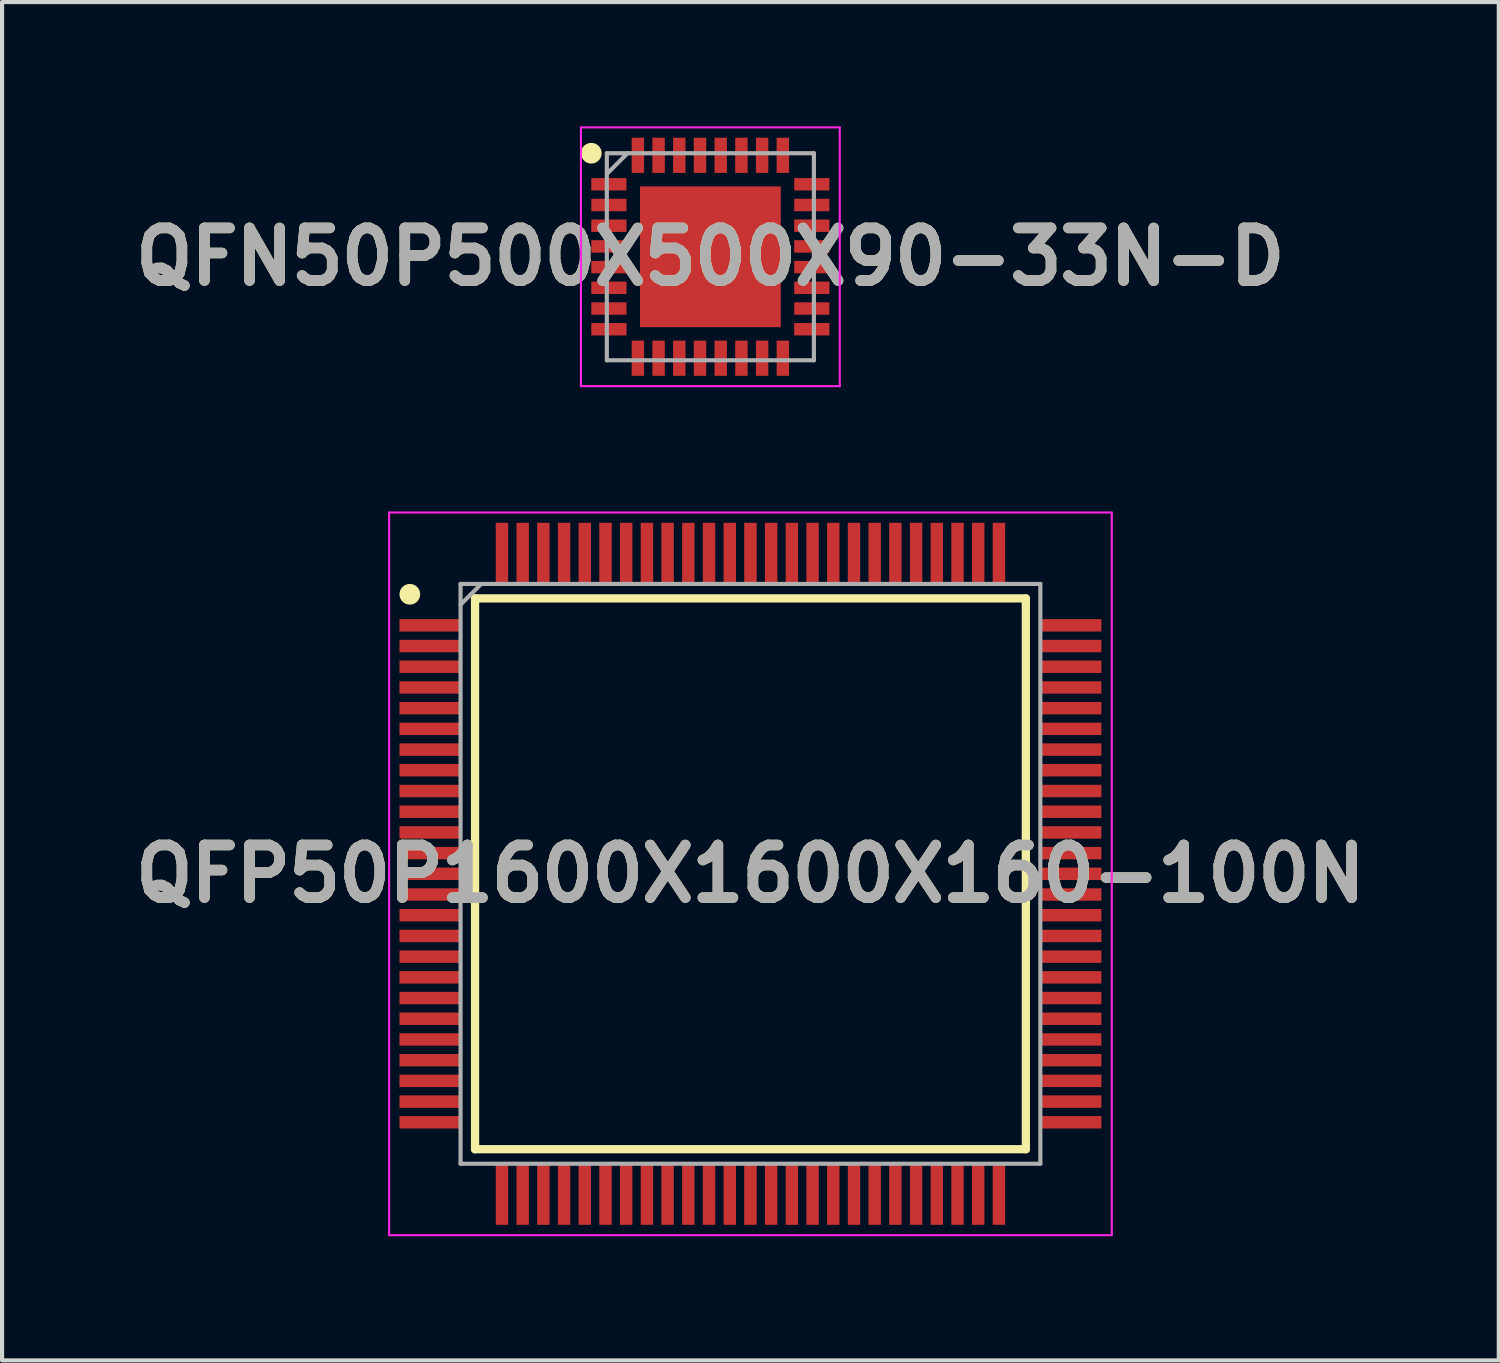
<source format=kicad_pcb>
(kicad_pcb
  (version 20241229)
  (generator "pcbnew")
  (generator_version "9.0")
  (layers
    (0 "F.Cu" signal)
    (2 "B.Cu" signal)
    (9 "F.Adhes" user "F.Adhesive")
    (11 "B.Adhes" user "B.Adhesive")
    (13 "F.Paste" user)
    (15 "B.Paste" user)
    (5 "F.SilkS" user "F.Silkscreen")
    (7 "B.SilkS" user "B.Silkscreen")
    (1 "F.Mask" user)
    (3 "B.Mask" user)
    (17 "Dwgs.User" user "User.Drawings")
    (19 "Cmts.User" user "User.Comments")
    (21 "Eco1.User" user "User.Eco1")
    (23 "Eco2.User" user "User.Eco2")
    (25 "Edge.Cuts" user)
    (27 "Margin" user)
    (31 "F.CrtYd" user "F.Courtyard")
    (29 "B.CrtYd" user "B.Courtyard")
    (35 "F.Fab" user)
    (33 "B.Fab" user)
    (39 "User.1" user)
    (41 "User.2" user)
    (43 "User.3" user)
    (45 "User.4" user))
  (footprint "QFN50P500X500X90-33N-D"
    (layer "F.Cu")
    (at 14.103 3.15)
    (property "Reference" "QFN50P500X500X90-33N-D" (at 0 0 0) (layer "F.SilkS") (effects (font (size 1.27 1.27) (thickness 0.254))))
    (attr smd)
    (fp_circle (center -2.875 -2.5) (end -2.875 -2.375) (stroke (width 0.25) (type solid)) (fill no) (layer "F.SilkS"))
    (fp_line (start -3.125 -3.125) (end 3.125 -3.125) (stroke (width 0.05) (type solid)) (layer "F.CrtYd"))
    (fp_line (start -3.125 3.125) (end -3.125 -3.125) (stroke (width 0.05) (type solid)) (layer "F.CrtYd"))
    (fp_line (start 3.125 -3.125) (end 3.125 3.125) (stroke (width 0.05) (type solid)) (layer "F.CrtYd"))
    (fp_line (start 3.125 3.125) (end -3.125 3.125) (stroke (width 0.05) (type solid)) (layer "F.CrtYd"))
    (fp_line (start -2.5 -2.5) (end 2.5 -2.5) (stroke (width 0.1) (type solid)) (layer "F.Fab"))
    (fp_line (start -2.5 -2) (end -2 -2.5) (stroke (width 0.1) (type solid)) (layer "F.Fab"))
    (fp_line (start -2.5 2.5) (end -2.5 -2.5) (stroke (width 0.1) (type solid)) (layer "F.Fab"))
    (fp_line (start 2.5 -2.5) (end 2.5 2.5) (stroke (width 0.1) (type solid)) (layer "F.Fab"))
    (fp_line (start 2.5 2.5) (end -2.5 2.5) (stroke (width 0.1) (type solid)) (layer "F.Fab"))
    (fp_text user "${REFERENCE}" (at 0 0 0) (layer "F.Fab") (effects (font (size 1.27 1.27) (thickness 0.254))))
    (pad "1" smd rect (at -2.45 -1.75 90) (size 0.3 0.85) (layers "F.Cu" "F.Mask" "F.Paste"))
    (pad "2" smd rect (at -2.45 -1.25 90) (size 0.3 0.85) (layers "F.Cu" "F.Mask" "F.Paste"))
    (pad "3" smd rect (at -2.45 -0.75 90) (size 0.3 0.85) (layers "F.Cu" "F.Mask" "F.Paste"))
    (pad "4" smd rect (at -2.45 -0.25 90) (size 0.3 0.85) (layers "F.Cu" "F.Mask" "F.Paste"))
    (pad "5" smd rect (at -2.45 0.25 90) (size 0.3 0.85) (layers "F.Cu" "F.Mask" "F.Paste"))
    (pad "6" smd rect (at -2.45 0.75 90) (size 0.3 0.85) (layers "F.Cu" "F.Mask" "F.Paste"))
    (pad "7" smd rect (at -2.45 1.25 90) (size 0.3 0.85) (layers "F.Cu" "F.Mask" "F.Paste"))
    (pad "8" smd rect (at -2.45 1.75 90) (size 0.3 0.85) (layers "F.Cu" "F.Mask" "F.Paste"))
    (pad "9" smd rect (at -1.75 2.45) (size 0.3 0.85) (layers "F.Cu" "F.Mask" "F.Paste"))
    (pad "10" smd rect (at -1.25 2.45) (size 0.3 0.85) (layers "F.Cu" "F.Mask" "F.Paste"))
    (pad "11" smd rect (at -0.75 2.45) (size 0.3 0.85) (layers "F.Cu" "F.Mask" "F.Paste"))
    (pad "12" smd rect (at -0.25 2.45) (size 0.3 0.85) (layers "F.Cu" "F.Mask" "F.Paste"))
    (pad "13" smd rect (at 0.25 2.45) (size 0.3 0.85) (layers "F.Cu" "F.Mask" "F.Paste"))
    (pad "14" smd rect (at 0.75 2.45) (size 0.3 0.85) (layers "F.Cu" "F.Mask" "F.Paste"))
    (pad "15" smd rect (at 1.25 2.45) (size 0.3 0.85) (layers "F.Cu" "F.Mask" "F.Paste"))
    (pad "16" smd rect (at 1.75 2.45) (size 0.3 0.85) (layers "F.Cu" "F.Mask" "F.Paste"))
    (pad "17" smd rect (at 2.45 1.75 90) (size 0.3 0.85) (layers "F.Cu" "F.Mask" "F.Paste"))
    (pad "18" smd rect (at 2.45 1.25 90) (size 0.3 0.85) (layers "F.Cu" "F.Mask" "F.Paste"))
    (pad "19" smd rect (at 2.45 0.75 90) (size 0.3 0.85) (layers "F.Cu" "F.Mask" "F.Paste"))
    (pad "20" smd rect (at 2.45 0.25 90) (size 0.3 0.85) (layers "F.Cu" "F.Mask" "F.Paste"))
    (pad "21" smd rect (at 2.45 -0.25 90) (size 0.3 0.85) (layers "F.Cu" "F.Mask" "F.Paste"))
    (pad "22" smd rect (at 2.45 -0.75 90) (size 0.3 0.85) (layers "F.Cu" "F.Mask" "F.Paste"))
    (pad "23" smd rect (at 2.45 -1.25 90) (size 0.3 0.85) (layers "F.Cu" "F.Mask" "F.Paste"))
    (pad "24" smd rect (at 2.45 -1.75 90) (size 0.3 0.85) (layers "F.Cu" "F.Mask" "F.Paste"))
    (pad "25" smd rect (at 1.75 -2.45) (size 0.3 0.85) (layers "F.Cu" "F.Mask" "F.Paste"))
    (pad "26" smd rect (at 1.25 -2.45) (size 0.3 0.85) (layers "F.Cu" "F.Mask" "F.Paste"))
    (pad "27" smd rect (at 0.75 -2.45) (size 0.3 0.85) (layers "F.Cu" "F.Mask" "F.Paste"))
    (pad "28" smd rect (at 0.25 -2.45) (size 0.3 0.85) (layers "F.Cu" "F.Mask" "F.Paste"))
    (pad "29" smd rect (at -0.25 -2.45) (size 0.3 0.85) (layers "F.Cu" "F.Mask" "F.Paste"))
    (pad "30" smd rect (at -0.75 -2.45) (size 0.3 0.85) (layers "F.Cu" "F.Mask" "F.Paste"))
    (pad "31" smd rect (at -1.25 -2.45) (size 0.3 0.85) (layers "F.Cu" "F.Mask" "F.Paste"))
    (pad "32" smd rect (at -1.75 -2.45) (size 0.3 0.85) (layers "F.Cu" "F.Mask" "F.Paste"))
    (pad "33" smd rect (at 0 0) (size 3.4 3.4) (layers "F.Cu" "F.Mask" "F.Paste")))
  (footprint "QFP50P1600X1600X160-100N"
    (layer "F.Cu")
    (at 15.071 18.05)
    (property "Reference" "QFP50P1600X1600X160-100N" (at 0 0 0) (layer "F.SilkS") (effects (font (size 1.27 1.27) (thickness 0.254))))
    (attr smd)
    (fp_line (start -6.65 -6.65) (end 6.65 -6.65) (stroke (width 0.2) (type solid)) (layer "F.SilkS"))
    (fp_line (start -6.65 6.65) (end -6.65 -6.65) (stroke (width 0.2) (type solid)) (layer "F.SilkS"))
    (fp_line (start 6.65 -6.65) (end 6.65 6.65) (stroke (width 0.2) (type solid)) (layer "F.SilkS"))
    (fp_line (start 6.65 6.65) (end -6.65 6.65) (stroke (width 0.2) (type solid)) (layer "F.SilkS"))
    (fp_circle (center -8.225 -6.75) (end -8.225 -6.625) (stroke (width 0.25) (type solid)) (fill no) (layer "F.SilkS"))
    (fp_line (start -8.725 -8.725) (end 8.725 -8.725) (stroke (width 0.05) (type solid)) (layer "F.CrtYd"))
    (fp_line (start -8.725 8.725) (end -8.725 -8.725) (stroke (width 0.05) (type solid)) (layer "F.CrtYd"))
    (fp_line (start 8.725 -8.725) (end 8.725 8.725) (stroke (width 0.05) (type solid)) (layer "F.CrtYd"))
    (fp_line (start 8.725 8.725) (end -8.725 8.725) (stroke (width 0.05) (type solid)) (layer "F.CrtYd"))
    (fp_line (start -7 -7) (end 7 -7) (stroke (width 0.1) (type solid)) (layer "F.Fab"))
    (fp_line (start -7 -6.5) (end -6.5 -7) (stroke (width 0.1) (type solid)) (layer "F.Fab"))
    (fp_line (start -7 7) (end -7 -7) (stroke (width 0.1) (type solid)) (layer "F.Fab"))
    (fp_line (start 7 -7) (end 7 7) (stroke (width 0.1) (type solid)) (layer "F.Fab"))
    (fp_line (start 7 7) (end -7 7) (stroke (width 0.1) (type solid)) (layer "F.Fab"))
    (fp_text user "${REFERENCE}" (at 0 0 0) (layer "F.Fab") (effects (font (size 1.27 1.27) (thickness 0.254))))
    (pad "1" smd rect (at -7.738 -6 90) (size 0.3 1.475) (layers "F.Cu" "F.Mask" "F.Paste"))
    (pad "2" smd rect (at -7.738 -5.5 90) (size 0.3 1.475) (layers "F.Cu" "F.Mask" "F.Paste"))
    (pad "3" smd rect (at -7.738 -5 90) (size 0.3 1.475) (layers "F.Cu" "F.Mask" "F.Paste"))
    (pad "4" smd rect (at -7.738 -4.5 90) (size 0.3 1.475) (layers "F.Cu" "F.Mask" "F.Paste"))
    (pad "5" smd rect (at -7.738 -4 90) (size 0.3 1.475) (layers "F.Cu" "F.Mask" "F.Paste"))
    (pad "6" smd rect (at -7.738 -3.5 90) (size 0.3 1.475) (layers "F.Cu" "F.Mask" "F.Paste"))
    (pad "7" smd rect (at -7.738 -3 90) (size 0.3 1.475) (layers "F.Cu" "F.Mask" "F.Paste"))
    (pad "8" smd rect (at -7.738 -2.5 90) (size 0.3 1.475) (layers "F.Cu" "F.Mask" "F.Paste"))
    (pad "9" smd rect (at -7.738 -2 90) (size 0.3 1.475) (layers "F.Cu" "F.Mask" "F.Paste"))
    (pad "10" smd rect (at -7.738 -1.5 90) (size 0.3 1.475) (layers "F.Cu" "F.Mask" "F.Paste"))
    (pad "11" smd rect (at -7.738 -1 90) (size 0.3 1.475) (layers "F.Cu" "F.Mask" "F.Paste"))
    (pad "12" smd rect (at -7.738 -0.5 90) (size 0.3 1.475) (layers "F.Cu" "F.Mask" "F.Paste"))
    (pad "13" smd rect (at -7.738 0 90) (size 0.3 1.475) (layers "F.Cu" "F.Mask" "F.Paste"))
    (pad "14" smd rect (at -7.738 0.5 90) (size 0.3 1.475) (layers "F.Cu" "F.Mask" "F.Paste"))
    (pad "15" smd rect (at -7.738 1 90) (size 0.3 1.475) (layers "F.Cu" "F.Mask" "F.Paste"))
    (pad "16" smd rect (at -7.738 1.5 90) (size 0.3 1.475) (layers "F.Cu" "F.Mask" "F.Paste"))
    (pad "17" smd rect (at -7.738 2 90) (size 0.3 1.475) (layers "F.Cu" "F.Mask" "F.Paste"))
    (pad "18" smd rect (at -7.738 2.5 90) (size 0.3 1.475) (layers "F.Cu" "F.Mask" "F.Paste"))
    (pad "19" smd rect (at -7.738 3 90) (size 0.3 1.475) (layers "F.Cu" "F.Mask" "F.Paste"))
    (pad "20" smd rect (at -7.738 3.5 90) (size 0.3 1.475) (layers "F.Cu" "F.Mask" "F.Paste"))
    (pad "21" smd rect (at -7.738 4 90) (size 0.3 1.475) (layers "F.Cu" "F.Mask" "F.Paste"))
    (pad "22" smd rect (at -7.738 4.5 90) (size 0.3 1.475) (layers "F.Cu" "F.Mask" "F.Paste"))
    (pad "23" smd rect (at -7.738 5 90) (size 0.3 1.475) (layers "F.Cu" "F.Mask" "F.Paste"))
    (pad "24" smd rect (at -7.738 5.5 90) (size 0.3 1.475) (layers "F.Cu" "F.Mask" "F.Paste"))
    (pad "25" smd rect (at -7.738 6 90) (size 0.3 1.475) (layers "F.Cu" "F.Mask" "F.Paste"))
    (pad "26" smd rect (at -6 7.738) (size 0.3 1.475) (layers "F.Cu" "F.Mask" "F.Paste"))
    (pad "27" smd rect (at -5.5 7.738) (size 0.3 1.475) (layers "F.Cu" "F.Mask" "F.Paste"))
    (pad "28" smd rect (at -5 7.738) (size 0.3 1.475) (layers "F.Cu" "F.Mask" "F.Paste"))
    (pad "29" smd rect (at -4.5 7.738) (size 0.3 1.475) (layers "F.Cu" "F.Mask" "F.Paste"))
    (pad "30" smd rect (at -4 7.738) (size 0.3 1.475) (layers "F.Cu" "F.Mask" "F.Paste"))
    (pad "31" smd rect (at -3.5 7.738) (size 0.3 1.475) (layers "F.Cu" "F.Mask" "F.Paste"))
    (pad "32" smd rect (at -3 7.738) (size 0.3 1.475) (layers "F.Cu" "F.Mask" "F.Paste"))
    (pad "33" smd rect (at -2.5 7.738) (size 0.3 1.475) (layers "F.Cu" "F.Mask" "F.Paste"))
    (pad "34" smd rect (at -2 7.738) (size 0.3 1.475) (layers "F.Cu" "F.Mask" "F.Paste"))
    (pad "35" smd rect (at -1.5 7.738) (size 0.3 1.475) (layers "F.Cu" "F.Mask" "F.Paste"))
    (pad "36" smd rect (at -1 7.738) (size 0.3 1.475) (layers "F.Cu" "F.Mask" "F.Paste"))
    (pad "37" smd rect (at -0.5 7.738) (size 0.3 1.475) (layers "F.Cu" "F.Mask" "F.Paste"))
    (pad "38" smd rect (at 0 7.738) (size 0.3 1.475) (layers "F.Cu" "F.Mask" "F.Paste"))
    (pad "39" smd rect (at 0.5 7.738) (size 0.3 1.475) (layers "F.Cu" "F.Mask" "F.Paste"))
    (pad "40" smd rect (at 1 7.738) (size 0.3 1.475) (layers "F.Cu" "F.Mask" "F.Paste"))
    (pad "41" smd rect (at 1.5 7.738) (size 0.3 1.475) (layers "F.Cu" "F.Mask" "F.Paste"))
    (pad "42" smd rect (at 2 7.738) (size 0.3 1.475) (layers "F.Cu" "F.Mask" "F.Paste"))
    (pad "43" smd rect (at 2.5 7.738) (size 0.3 1.475) (layers "F.Cu" "F.Mask" "F.Paste"))
    (pad "44" smd rect (at 3 7.738) (size 0.3 1.475) (layers "F.Cu" "F.Mask" "F.Paste"))
    (pad "45" smd rect (at 3.5 7.738) (size 0.3 1.475) (layers "F.Cu" "F.Mask" "F.Paste"))
    (pad "46" smd rect (at 4 7.738) (size 0.3 1.475) (layers "F.Cu" "F.Mask" "F.Paste"))
    (pad "47" smd rect (at 4.5 7.738) (size 0.3 1.475) (layers "F.Cu" "F.Mask" "F.Paste"))
    (pad "48" smd rect (at 5 7.738) (size 0.3 1.475) (layers "F.Cu" "F.Mask" "F.Paste"))
    (pad "49" smd rect (at 5.5 7.738) (size 0.3 1.475) (layers "F.Cu" "F.Mask" "F.Paste"))
    (pad "50" smd rect (at 6 7.738) (size 0.3 1.475) (layers "F.Cu" "F.Mask" "F.Paste"))
    (pad "51" smd rect (at 7.738 6 90) (size 0.3 1.475) (layers "F.Cu" "F.Mask" "F.Paste"))
    (pad "52" smd rect (at 7.738 5.5 90) (size 0.3 1.475) (layers "F.Cu" "F.Mask" "F.Paste"))
    (pad "53" smd rect (at 7.738 5 90) (size 0.3 1.475) (layers "F.Cu" "F.Mask" "F.Paste"))
    (pad "54" smd rect (at 7.738 4.5 90) (size 0.3 1.475) (layers "F.Cu" "F.Mask" "F.Paste"))
    (pad "55" smd rect (at 7.738 4 90) (size 0.3 1.475) (layers "F.Cu" "F.Mask" "F.Paste"))
    (pad "56" smd rect (at 7.738 3.5 90) (size 0.3 1.475) (layers "F.Cu" "F.Mask" "F.Paste"))
    (pad "57" smd rect (at 7.738 3 90) (size 0.3 1.475) (layers "F.Cu" "F.Mask" "F.Paste"))
    (pad "58" smd rect (at 7.738 2.5 90) (size 0.3 1.475) (layers "F.Cu" "F.Mask" "F.Paste"))
    (pad "59" smd rect (at 7.738 2 90) (size 0.3 1.475) (layers "F.Cu" "F.Mask" "F.Paste"))
    (pad "60" smd rect (at 7.738 1.5 90) (size 0.3 1.475) (layers "F.Cu" "F.Mask" "F.Paste"))
    (pad "61" smd rect (at 7.738 1 90) (size 0.3 1.475) (layers "F.Cu" "F.Mask" "F.Paste"))
    (pad "62" smd rect (at 7.738 0.5 90) (size 0.3 1.475) (layers "F.Cu" "F.Mask" "F.Paste"))
    (pad "63" smd rect (at 7.738 0 90) (size 0.3 1.475) (layers "F.Cu" "F.Mask" "F.Paste"))
    (pad "64" smd rect (at 7.738 -0.5 90) (size 0.3 1.475) (layers "F.Cu" "F.Mask" "F.Paste"))
    (pad "65" smd rect (at 7.738 -1 90) (size 0.3 1.475) (layers "F.Cu" "F.Mask" "F.Paste"))
    (pad "66" smd rect (at 7.738 -1.5 90) (size 0.3 1.475) (layers "F.Cu" "F.Mask" "F.Paste"))
    (pad "67" smd rect (at 7.738 -2 90) (size 0.3 1.475) (layers "F.Cu" "F.Mask" "F.Paste"))
    (pad "68" smd rect (at 7.738 -2.5 90) (size 0.3 1.475) (layers "F.Cu" "F.Mask" "F.Paste"))
    (pad "69" smd rect (at 7.738 -3 90) (size 0.3 1.475) (layers "F.Cu" "F.Mask" "F.Paste"))
    (pad "70" smd rect (at 7.738 -3.5 90) (size 0.3 1.475) (layers "F.Cu" "F.Mask" "F.Paste"))
    (pad "71" smd rect (at 7.738 -4 90) (size 0.3 1.475) (layers "F.Cu" "F.Mask" "F.Paste"))
    (pad "72" smd rect (at 7.738 -4.5 90) (size 0.3 1.475) (layers "F.Cu" "F.Mask" "F.Paste"))
    (pad "73" smd rect (at 7.738 -5 90) (size 0.3 1.475) (layers "F.Cu" "F.Mask" "F.Paste"))
    (pad "74" smd rect (at 7.738 -5.5 90) (size 0.3 1.475) (layers "F.Cu" "F.Mask" "F.Paste"))
    (pad "75" smd rect (at 7.738 -6 90) (size 0.3 1.475) (layers "F.Cu" "F.Mask" "F.Paste"))
    (pad "76" smd rect (at 6 -7.738) (size 0.3 1.475) (layers "F.Cu" "F.Mask" "F.Paste"))
    (pad "77" smd rect (at 5.5 -7.738) (size 0.3 1.475) (layers "F.Cu" "F.Mask" "F.Paste"))
    (pad "78" smd rect (at 5 -7.738) (size 0.3 1.475) (layers "F.Cu" "F.Mask" "F.Paste"))
    (pad "79" smd rect (at 4.5 -7.738) (size 0.3 1.475) (layers "F.Cu" "F.Mask" "F.Paste"))
    (pad "80" smd rect (at 4 -7.738) (size 0.3 1.475) (layers "F.Cu" "F.Mask" "F.Paste"))
    (pad "81" smd rect (at 3.5 -7.738) (size 0.3 1.475) (layers "F.Cu" "F.Mask" "F.Paste"))
    (pad "82" smd rect (at 3 -7.738) (size 0.3 1.475) (layers "F.Cu" "F.Mask" "F.Paste"))
    (pad "83" smd rect (at 2.5 -7.738) (size 0.3 1.475) (layers "F.Cu" "F.Mask" "F.Paste"))
    (pad "84" smd rect (at 2 -7.738) (size 0.3 1.475) (layers "F.Cu" "F.Mask" "F.Paste"))
    (pad "85" smd rect (at 1.5 -7.738) (size 0.3 1.475) (layers "F.Cu" "F.Mask" "F.Paste"))
    (pad "86" smd rect (at 1 -7.738) (size 0.3 1.475) (layers "F.Cu" "F.Mask" "F.Paste"))
    (pad "87" smd rect (at 0.5 -7.738) (size 0.3 1.475) (layers "F.Cu" "F.Mask" "F.Paste"))
    (pad "88" smd rect (at 0 -7.738) (size 0.3 1.475) (layers "F.Cu" "F.Mask" "F.Paste"))
    (pad "89" smd rect (at -0.5 -7.738) (size 0.3 1.475) (layers "F.Cu" "F.Mask" "F.Paste"))
    (pad "90" smd rect (at -1 -7.738) (size 0.3 1.475) (layers "F.Cu" "F.Mask" "F.Paste"))
    (pad "91" smd rect (at -1.5 -7.738) (size 0.3 1.475) (layers "F.Cu" "F.Mask" "F.Paste"))
    (pad "92" smd rect (at -2 -7.738) (size 0.3 1.475) (layers "F.Cu" "F.Mask" "F.Paste"))
    (pad "93" smd rect (at -2.5 -7.738) (size 0.3 1.475) (layers "F.Cu" "F.Mask" "F.Paste"))
    (pad "94" smd rect (at -3 -7.738) (size 0.3 1.475) (layers "F.Cu" "F.Mask" "F.Paste"))
    (pad "95" smd rect (at -3.5 -7.738) (size 0.3 1.475) (layers "F.Cu" "F.Mask" "F.Paste"))
    (pad "96" smd rect (at -4 -7.738) (size 0.3 1.475) (layers "F.Cu" "F.Mask" "F.Paste"))
    (pad "97" smd rect (at -4.5 -7.738) (size 0.3 1.475) (layers "F.Cu" "F.Mask" "F.Paste"))
    (pad "98" smd rect (at -5 -7.738) (size 0.3 1.475) (layers "F.Cu" "F.Mask" "F.Paste"))
    (pad "99" smd rect (at -5.5 -7.738) (size 0.3 1.475) (layers "F.Cu" "F.Mask" "F.Paste"))
    (pad "100" smd rect (at -6 -7.738) (size 0.3 1.475) (layers "F.Cu" "F.Mask" "F.Paste")))
  (gr_rect
    (start -3 -3)
    (end 33.141 29.8)
    (stroke (width 0.1) (type default))
    (fill no)
    (layer "Edge.Cuts")))
</source>
